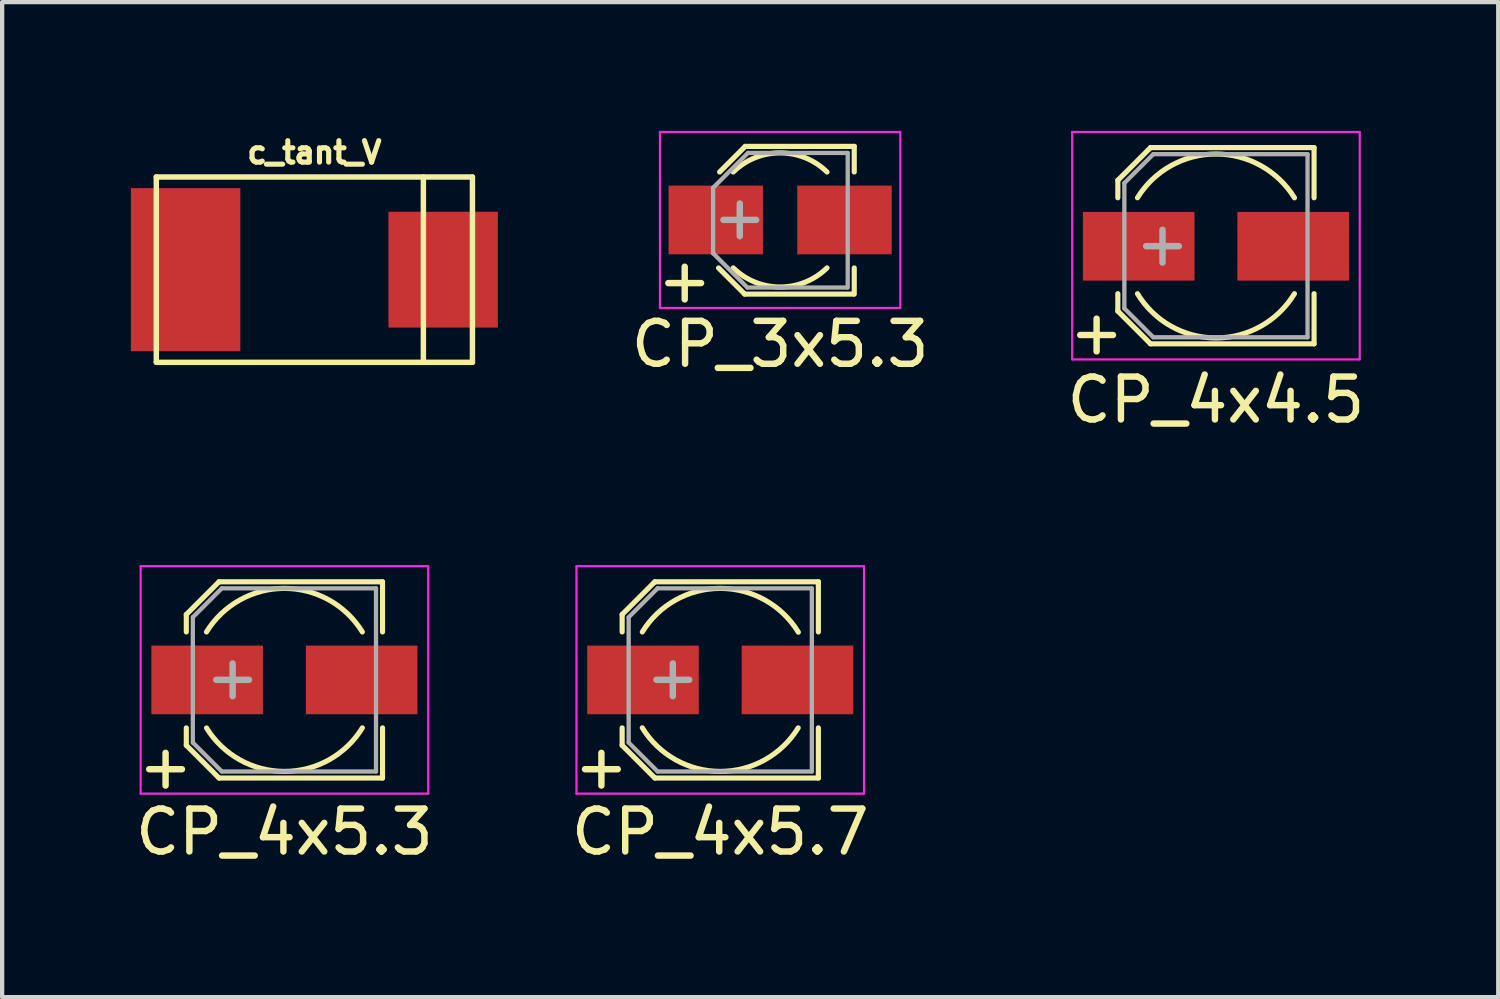
<source format=kicad_pcb>
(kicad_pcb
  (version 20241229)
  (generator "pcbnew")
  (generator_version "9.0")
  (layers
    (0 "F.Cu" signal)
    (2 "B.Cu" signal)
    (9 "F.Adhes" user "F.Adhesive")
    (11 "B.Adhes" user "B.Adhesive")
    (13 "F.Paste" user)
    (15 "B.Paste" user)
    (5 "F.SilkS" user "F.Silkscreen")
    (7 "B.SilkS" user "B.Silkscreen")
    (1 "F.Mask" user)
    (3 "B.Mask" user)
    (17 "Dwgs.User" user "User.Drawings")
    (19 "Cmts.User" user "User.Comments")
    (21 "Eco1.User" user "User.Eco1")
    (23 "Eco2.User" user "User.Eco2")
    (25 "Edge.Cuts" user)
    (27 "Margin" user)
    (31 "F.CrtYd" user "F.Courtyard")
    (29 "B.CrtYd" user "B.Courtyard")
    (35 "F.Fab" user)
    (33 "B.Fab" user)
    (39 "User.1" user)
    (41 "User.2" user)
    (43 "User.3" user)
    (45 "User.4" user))
  (footprint "CP_4x5.3"
    (layer "F.Cu")
    (at 3.577 12.792)
    (property "Reference" "CP_4x5.3" (at 0 3.543 0) (layer "F.SilkS") (effects (font (size 1 1) (thickness 0.15))))
    (attr smd)
    (fp_line (start -2.286 -1.524) (end -2.286 -1.118) (stroke (width 0.12) (type solid)) (layer "F.SilkS"))
    (fp_line (start -2.286 1.524) (end -2.286 1.118) (stroke (width 0.12) (type solid)) (layer "F.SilkS"))
    (fp_line (start -1.524 -2.286) (end -2.286 -1.524) (stroke (width 0.12) (type solid)) (layer "F.SilkS"))
    (fp_line (start -1.524 -2.286) (end 2.286 -2.286) (stroke (width 0.12) (type solid)) (layer "F.SilkS"))
    (fp_line (start -1.524 2.286) (end -2.286 1.524) (stroke (width 0.12) (type solid)) (layer "F.SilkS"))
    (fp_line (start -1.524 2.286) (end 2.286 2.286) (stroke (width 0.12) (type solid)) (layer "F.SilkS"))
    (fp_line (start 2.286 -2.286) (end 2.286 -1.118) (stroke (width 0.12) (type solid)) (layer "F.SilkS"))
    (fp_line (start 2.286 2.286) (end 2.286 1.118) (stroke (width 0.12) (type solid)) (layer "F.SilkS"))
    (fp_arc (start -1.8161 -1.1176) (mid 0 -2.132428) (end 1.8161 -1.1176) (stroke (width 0.12) (type solid)) (layer "F.SilkS"))
    (fp_arc (start 1.8161 1.1176) (mid 0.001265 2.132428) (end -1.814773 1.119754) (stroke (width 0.12) (type solid)) (layer "F.SilkS"))
    (fp_line (start -3.35 -2.65) (end -3.35 2.65) (stroke (width 0.05) (type solid)) (layer "F.CrtYd"))
    (fp_line (start -3.35 2.65) (end 3.35 2.65) (stroke (width 0.05) (type solid)) (layer "F.CrtYd"))
    (fp_line (start 3.35 -2.65) (end -3.35 -2.65) (stroke (width 0.05) (type solid)) (layer "F.CrtYd"))
    (fp_line (start 3.35 2.65) (end 3.35 -2.65) (stroke (width 0.05) (type solid)) (layer "F.CrtYd"))
    (fp_line (start -2.134 -1.46) (end -2.134 1.46) (stroke (width 0.1) (type solid)) (layer "F.Fab"))
    (fp_line (start -2.134 1.46) (end -1.46 2.134) (stroke (width 0.1) (type solid)) (layer "F.Fab"))
    (fp_line (start -1.46 -2.134) (end -2.134 -1.46) (stroke (width 0.1) (type solid)) (layer "F.Fab"))
    (fp_line (start -1.46 2.134) (end 2.134 2.134) (stroke (width 0.1) (type solid)) (layer "F.Fab"))
    (fp_line (start 2.134 -2.134) (end -1.46 -2.134) (stroke (width 0.1) (type solid)) (layer "F.Fab"))
    (fp_line (start 2.134 2.134) (end 2.134 -2.134) (stroke (width 0.1) (type solid)) (layer "F.Fab"))
    (fp_text user "+" (at -2.769 2.007 0) (layer "F.SilkS") (effects (font (size 1 1) (thickness 0.15))))
    (fp_text user "+" (at -1.206 -0.076 0) (layer "F.Fab") (effects (font (size 1 1) (thickness 0.15))))
    (pad "1" smd rect (at -1.8 0 180) (size 2.6 1.6) (layers "F.Cu" "F.Mask" "F.Paste"))
    (pad "2" smd rect (at 1.8 0 180) (size 2.6 1.6) (layers "F.Cu" "F.Mask" "F.Paste")))
  (footprint "c_tant_V"
    (layer "F.Cu")
    (at 4.275 3.233)
    (property "Reference" "c_tant_V" (at 0 -2.731 0) (layer "F.SilkS") (effects (font (size 0.5 0.5) (thickness 0.119))))
    (attr through_hole)
    (fp_line (start -3.683 -2.159) (end -3.683 2.159) (stroke (width 0.127) (type solid)) (layer "F.SilkS"))
    (fp_line (start -3.683 2.159) (end 3.683 2.159) (stroke (width 0.127) (type solid)) (layer "F.SilkS"))
    (fp_line (start 2.54 -2.159) (end 2.54 2.159) (stroke (width 0.127) (type solid)) (layer "F.SilkS"))
    (fp_line (start 3.683 -2.159) (end -3.683 -2.159) (stroke (width 0.127) (type solid)) (layer "F.SilkS"))
    (fp_line (start 3.683 2.159) (end 3.683 -2.159) (stroke (width 0.127) (type solid)) (layer "F.SilkS"))
    (pad "1" smd rect (at 3 0) (size 2.55 2.7) (layers "F.Cu" "F.Mask" "F.Paste"))
    (pad "2" smd rect (at -3 0) (size 2.55 3.8) (layers "F.Cu" "F.Mask" "F.Paste")))
  (footprint "CP_3x5.3"
    (layer "F.Cu")
    (at 15.127 2.075)
    (property "Reference" "CP_3x5.3" (at 0 2.896 0) (layer "F.SilkS") (effects (font (size 1 1) (thickness 0.15))))
    (attr smd)
    (fp_line (start -0.826 1.727) (end -1.435 1.118) (stroke (width 0.12) (type solid)) (layer "F.SilkS"))
    (fp_line (start -0.826 1.727) (end 1.714 1.727) (stroke (width 0.12) (type solid)) (layer "F.SilkS"))
    (fp_line (start -0.813 -1.714) (end -1.41 -1.118) (stroke (width 0.12) (type solid)) (layer "F.SilkS"))
    (fp_line (start 1.727 -1.714) (end -0.813 -1.714) (stroke (width 0.12) (type solid)) (layer "F.SilkS"))
    (fp_line (start 1.727 -1.714) (end 1.727 -1.118) (stroke (width 0.12) (type solid)) (layer "F.SilkS"))
    (fp_line (start 1.727 1.727) (end 1.727 1.118) (stroke (width 0.12) (type solid)) (layer "F.SilkS"))
    (fp_arc (start -1.0922 -1.1176) (mid 0.000233 -1.562668) (end 1.092533 -1.117274) (stroke (width 0.12) (type solid)) (layer "F.SilkS"))
    (fp_arc (start 1.0922 1.1176) (mid -0.000233 1.562668) (end -1.092533 1.117274) (stroke (width 0.12) (type solid)) (layer "F.SilkS"))
    (fp_line (start -2.8 -2.05) (end -2.8 2.05) (stroke (width 0.05) (type solid)) (layer "F.CrtYd"))
    (fp_line (start -2.8 2.05) (end 2.8 2.05) (stroke (width 0.05) (type solid)) (layer "F.CrtYd"))
    (fp_line (start 2.8 -2.05) (end -2.8 -2.05) (stroke (width 0.05) (type solid)) (layer "F.CrtYd"))
    (fp_line (start 2.8 2.05) (end 2.8 -2.05) (stroke (width 0.05) (type solid)) (layer "F.CrtYd"))
    (fp_line (start -1.562 -0.749) (end -1.562 0.775) (stroke (width 0.1) (type solid)) (layer "F.Fab"))
    (fp_line (start -0.762 1.575) (end -1.562 0.775) (stroke (width 0.1) (type solid)) (layer "F.Fab"))
    (fp_line (start -0.749 -1.562) (end -1.562 -0.749) (stroke (width 0.1) (type solid)) (layer "F.Fab"))
    (fp_line (start 1.562 1.575) (end -0.762 1.575) (stroke (width 0.1) (type solid)) (layer "F.Fab"))
    (fp_line (start 1.575 -1.562) (end -0.749 -1.562) (stroke (width 0.1) (type solid)) (layer "F.Fab"))
    (fp_line (start 1.575 1.575) (end 1.575 -1.562) (stroke (width 0.1) (type solid)) (layer "F.Fab"))
    (fp_text user "+" (at -2.223 1.397 0) (layer "F.SilkS") (effects (font (size 1 1) (thickness 0.15))))
    (fp_text user "+" (at -0.94 -0.076 0) (layer "F.Fab") (effects (font (size 1 1) (thickness 0.15))))
    (pad "1" smd rect (at -1.5 0) (size 2.2 1.6) (layers "F.Cu" "F.Mask" "F.Paste"))
    (pad "2" smd rect (at 1.5 0) (size 2.2 1.6) (layers "F.Cu" "F.Mask" "F.Paste")))
  (footprint "CP_4x4.5"
    (layer "F.Cu")
    (at 25.282 2.688)
    (property "Reference" "CP_4x4.5" (at 0 3.581 180) (layer "F.SilkS") (effects (font (size 1 1) (thickness 0.15))))
    (attr smd)
    (fp_line (start -2.286 -1.537) (end -2.286 -1.13) (stroke (width 0.12) (type solid)) (layer "F.SilkS"))
    (fp_line (start -2.286 1.511) (end -2.286 1.105) (stroke (width 0.12) (type solid)) (layer "F.SilkS"))
    (fp_line (start -1.524 -2.299) (end -2.286 -1.537) (stroke (width 0.12) (type solid)) (layer "F.SilkS"))
    (fp_line (start -1.524 -2.299) (end 2.286 -2.299) (stroke (width 0.12) (type solid)) (layer "F.SilkS"))
    (fp_line (start -1.524 2.273) (end -2.286 1.511) (stroke (width 0.12) (type solid)) (layer "F.SilkS"))
    (fp_line (start -1.524 2.273) (end 2.286 2.273) (stroke (width 0.12) (type solid)) (layer "F.SilkS"))
    (fp_line (start 2.286 -2.299) (end 2.286 -1.13) (stroke (width 0.12) (type solid)) (layer "F.SilkS"))
    (fp_line (start 2.286 2.273) (end 2.286 1.105) (stroke (width 0.12) (type solid)) (layer "F.SilkS"))
    (fp_arc (start -1.8288 -1.1303) (mid 0.000689 -2.149904) (end 1.829524 -1.129127) (stroke (width 0.12) (type solid)) (layer "F.SilkS"))
    (fp_arc (start 1.8288 1.1049) (mid 0.000411 2.136659) (end -1.828375 1.105604) (stroke (width 0.12) (type solid)) (layer "F.SilkS"))
    (fp_line (start -3.35 -2.663) (end -3.35 2.637) (stroke (width 0.05) (type solid)) (layer "F.CrtYd"))
    (fp_line (start -3.35 2.637) (end 3.35 2.637) (stroke (width 0.05) (type solid)) (layer "F.CrtYd"))
    (fp_line (start 3.35 -2.663) (end -3.35 -2.663) (stroke (width 0.05) (type solid)) (layer "F.CrtYd"))
    (fp_line (start 3.35 2.637) (end 3.35 -2.663) (stroke (width 0.05) (type solid)) (layer "F.CrtYd"))
    (fp_line (start -2.134 -1.473) (end -2.134 1.448) (stroke (width 0.1) (type solid)) (layer "F.Fab"))
    (fp_line (start -2.134 1.448) (end -1.46 2.121) (stroke (width 0.1) (type solid)) (layer "F.Fab"))
    (fp_line (start -1.46 -2.146) (end -2.134 -1.473) (stroke (width 0.1) (type solid)) (layer "F.Fab"))
    (fp_line (start -1.46 2.121) (end 2.134 2.121) (stroke (width 0.1) (type solid)) (layer "F.Fab"))
    (fp_line (start 2.134 -2.146) (end -1.46 -2.146) (stroke (width 0.1) (type solid)) (layer "F.Fab"))
    (fp_line (start 2.134 2.121) (end 2.134 -2.146) (stroke (width 0.1) (type solid)) (layer "F.Fab"))
    (fp_text user "+" (at -2.781 1.994 180) (layer "F.SilkS") (effects (font (size 1 1) (thickness 0.15))))
    (fp_text user "+" (at -1.245 -0.076 0) (layer "F.Fab") (effects (font (size 1 1) (thickness 0.15))))
    (pad "1" smd rect (at -1.8 0 180) (size 2.6 1.6) (layers "F.Cu" "F.Mask" "F.Paste"))
    (pad "2" smd rect (at 1.8 0 180) (size 2.6 1.6) (layers "F.Cu" "F.Mask" "F.Paste")))
  (footprint "CP_4x5.7"
    (layer "F.Cu")
    (at 13.732 12.792)
    (property "Reference" "CP_4x5.7" (at 0 3.543 0) (layer "F.SilkS") (effects (font (size 1 1) (thickness 0.15))))
    (attr smd)
    (fp_line (start -2.286 -1.524) (end -2.286 -1.118) (stroke (width 0.12) (type solid)) (layer "F.SilkS"))
    (fp_line (start -2.286 1.524) (end -2.286 1.118) (stroke (width 0.12) (type solid)) (layer "F.SilkS"))
    (fp_line (start -1.524 -2.286) (end -2.286 -1.524) (stroke (width 0.12) (type solid)) (layer "F.SilkS"))
    (fp_line (start -1.524 -2.286) (end 2.286 -2.286) (stroke (width 0.12) (type solid)) (layer "F.SilkS"))
    (fp_line (start -1.524 2.286) (end -2.286 1.524) (stroke (width 0.12) (type solid)) (layer "F.SilkS"))
    (fp_line (start -1.524 2.286) (end 2.286 2.286) (stroke (width 0.12) (type solid)) (layer "F.SilkS"))
    (fp_line (start 2.286 -2.286) (end 2.286 -1.118) (stroke (width 0.12) (type solid)) (layer "F.SilkS"))
    (fp_line (start 2.286 2.286) (end 2.286 1.118) (stroke (width 0.12) (type solid)) (layer "F.SilkS"))
    (fp_arc (start -1.8161 -1.1176) (mid 0.003311 -2.132425) (end 1.819562 -1.111955) (stroke (width 0.12) (type solid)) (layer "F.SilkS"))
    (fp_arc (start 1.8161 1.1176) (mid -0.000851 2.132428) (end -1.816991 1.116151) (stroke (width 0.12) (type solid)) (layer "F.SilkS"))
    (fp_line (start -3.35 -2.65) (end -3.35 2.65) (stroke (width 0.05) (type solid)) (layer "F.CrtYd"))
    (fp_line (start -3.35 2.65) (end 3.35 2.65) (stroke (width 0.05) (type solid)) (layer "F.CrtYd"))
    (fp_line (start 3.35 -2.65) (end -3.35 -2.65) (stroke (width 0.05) (type solid)) (layer "F.CrtYd"))
    (fp_line (start 3.35 2.65) (end 3.35 -2.65) (stroke (width 0.05) (type solid)) (layer "F.CrtYd"))
    (fp_line (start -2.134 -1.46) (end -2.134 1.46) (stroke (width 0.1) (type solid)) (layer "F.Fab"))
    (fp_line (start -2.134 1.46) (end -1.46 2.134) (stroke (width 0.1) (type solid)) (layer "F.Fab"))
    (fp_line (start -1.46 -2.134) (end -2.134 -1.46) (stroke (width 0.1) (type solid)) (layer "F.Fab"))
    (fp_line (start -1.46 2.134) (end 2.134 2.134) (stroke (width 0.1) (type solid)) (layer "F.Fab"))
    (fp_line (start 2.134 -2.134) (end -1.46 -2.134) (stroke (width 0.1) (type solid)) (layer "F.Fab"))
    (fp_line (start 2.134 2.134) (end 2.134 -2.134) (stroke (width 0.1) (type solid)) (layer "F.Fab"))
    (fp_text user "+" (at -2.769 2.007 0) (layer "F.SilkS") (effects (font (size 1 1) (thickness 0.15))))
    (fp_text user "+" (at -1.105 -0.076 0) (layer "F.Fab") (effects (font (size 1 1) (thickness 0.15))))
    (pad "1" smd rect (at -1.8 0 180) (size 2.6 1.6) (layers "F.Cu" "F.Mask" "F.Paste"))
    (pad "2" smd rect (at 1.8 0 180) (size 2.6 1.6) (layers "F.Cu" "F.Mask" "F.Paste")))
  (gr_rect
    (start -3 -3)
    (end 31.859 20.184)
    (stroke (width 0.1) (type default))
    (fill no)
    (layer "Edge.Cuts")))
</source>
